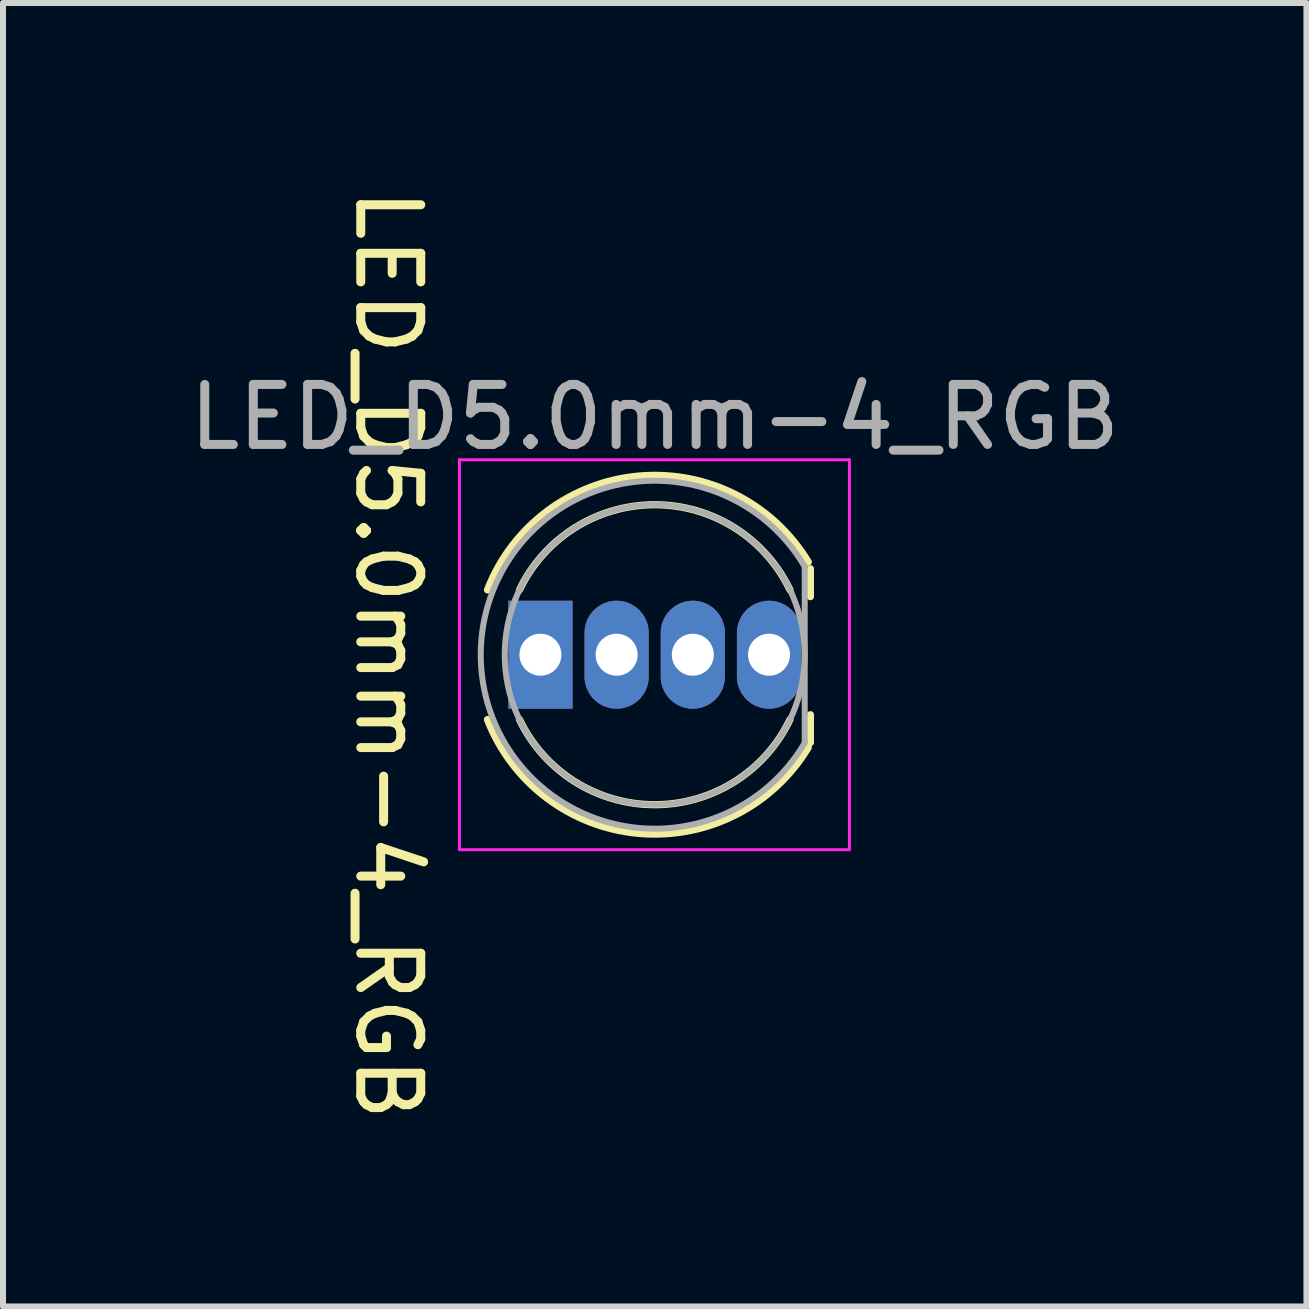
<source format=kicad_pcb>
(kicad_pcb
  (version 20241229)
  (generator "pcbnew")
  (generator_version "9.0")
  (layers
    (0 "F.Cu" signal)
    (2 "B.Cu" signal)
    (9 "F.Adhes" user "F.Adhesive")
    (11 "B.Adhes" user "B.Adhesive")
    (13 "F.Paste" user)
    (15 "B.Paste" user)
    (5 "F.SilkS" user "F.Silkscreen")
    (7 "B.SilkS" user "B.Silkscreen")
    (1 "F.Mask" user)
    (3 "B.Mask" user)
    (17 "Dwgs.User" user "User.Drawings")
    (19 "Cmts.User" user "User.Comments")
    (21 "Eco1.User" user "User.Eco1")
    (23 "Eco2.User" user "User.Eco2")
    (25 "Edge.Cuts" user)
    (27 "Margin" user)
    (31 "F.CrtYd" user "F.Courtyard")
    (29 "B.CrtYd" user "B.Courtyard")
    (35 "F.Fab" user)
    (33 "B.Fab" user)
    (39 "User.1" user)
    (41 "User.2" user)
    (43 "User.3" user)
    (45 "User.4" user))
  (footprint "LED_D5.0mm-4_RGB"
    (layer "F.Cu")
    (at 5.958 7.863)
    (property "Reference" "LED_D5.0mm-4_RGB" (at -2.54 0 270) (unlocked yes) (layer "F.SilkS") (effects (font (size 1 1) (thickness 0.15))))
    (attr through_hole)
    (fp_line (start 4.5 -1.433) (end 4.5 -0.968) (stroke (width 0.12) (type solid)) (layer "F.SilkS"))
    (fp_line (start 4.5 1) (end 4.5 1.465) (stroke (width 0.12) (type solid)) (layer "F.SilkS"))
    (fp_arc (start -0.882815 -1.080827) (mid 1.646544 -2.978808) (end 4.465 -1.54483) (stroke (width 0.12) (type solid)) (layer "F.SilkS"))
    (fp_arc (start -0.349684 -1.08) (mid 1.904762 -2.5) (end 4.159479 -1.080429) (stroke (width 0.12) (type solid)) (layer "F.SilkS"))
    (fp_arc (start 4.159479 1.080429) (mid 1.904762 2.5) (end -0.349684 1.08) (stroke (width 0.12) (type solid)) (layer "F.SilkS"))
    (fp_arc (start 4.465 1.54483) (mid 1.646544 2.978809) (end -0.882815 1.080827) (stroke (width 0.12) (type solid)) (layer "F.SilkS"))
    (fp_line (start -1.35 -3.25) (end -1.35 3.25) (stroke (width 0.05) (type solid)) (layer "F.CrtYd"))
    (fp_line (start -1.35 3.25) (end 5.15 3.25) (stroke (width 0.05) (type solid)) (layer "F.CrtYd"))
    (fp_line (start 5.15 -3.25) (end -1.35 -3.25) (stroke (width 0.05) (type solid)) (layer "F.CrtYd"))
    (fp_line (start 5.15 3.25) (end 5.15 -3.25) (stroke (width 0.05) (type solid)) (layer "F.CrtYd"))
    (fp_line (start 4.405 -1.47) (end 4.405 1.47) (stroke (width 0.1) (type solid)) (layer "F.Fab"))
    (fp_arc (start 4.405016 1.469666) (mid -0.995 0.000016) (end 4.405 -1.469694) (stroke (width 0.1) (type solid)) (layer "F.Fab"))
    (fp_circle (center 1.905 0) (end -0.595 0) (stroke (width 0.1) (type solid)) (fill no) (layer "F.Fab"))
    (fp_text user "${REFERENCE}" (at 1.905 -3.96 0) (layer "F.Fab") (effects (font (size 1 1) (thickness 0.15))))
    (pad "1" thru_hole rect (at 0 0) (size 1.07 1.8) (drill 0.7) (layers "*.Cu" "*.Mask"))
    (pad "2" thru_hole oval (at 1.27 0) (size 1.07 1.8) (drill 0.7) (layers "*.Cu" "*.Mask"))
    (pad "3" thru_hole oval (at 2.54 0) (size 1.07 1.8) (drill 0.7) (layers "*.Cu" "*.Mask"))
    (pad "4" thru_hole oval (at 3.81 0) (size 1.07 1.8) (drill 0.7) (layers "*.Cu" "*.Mask")))
  (gr_rect
    (start -3 -3)
    (end 18.726 18.726)
    (stroke (width 0.1) (type default))
    (fill no)
    (layer "Edge.Cuts")))
</source>
